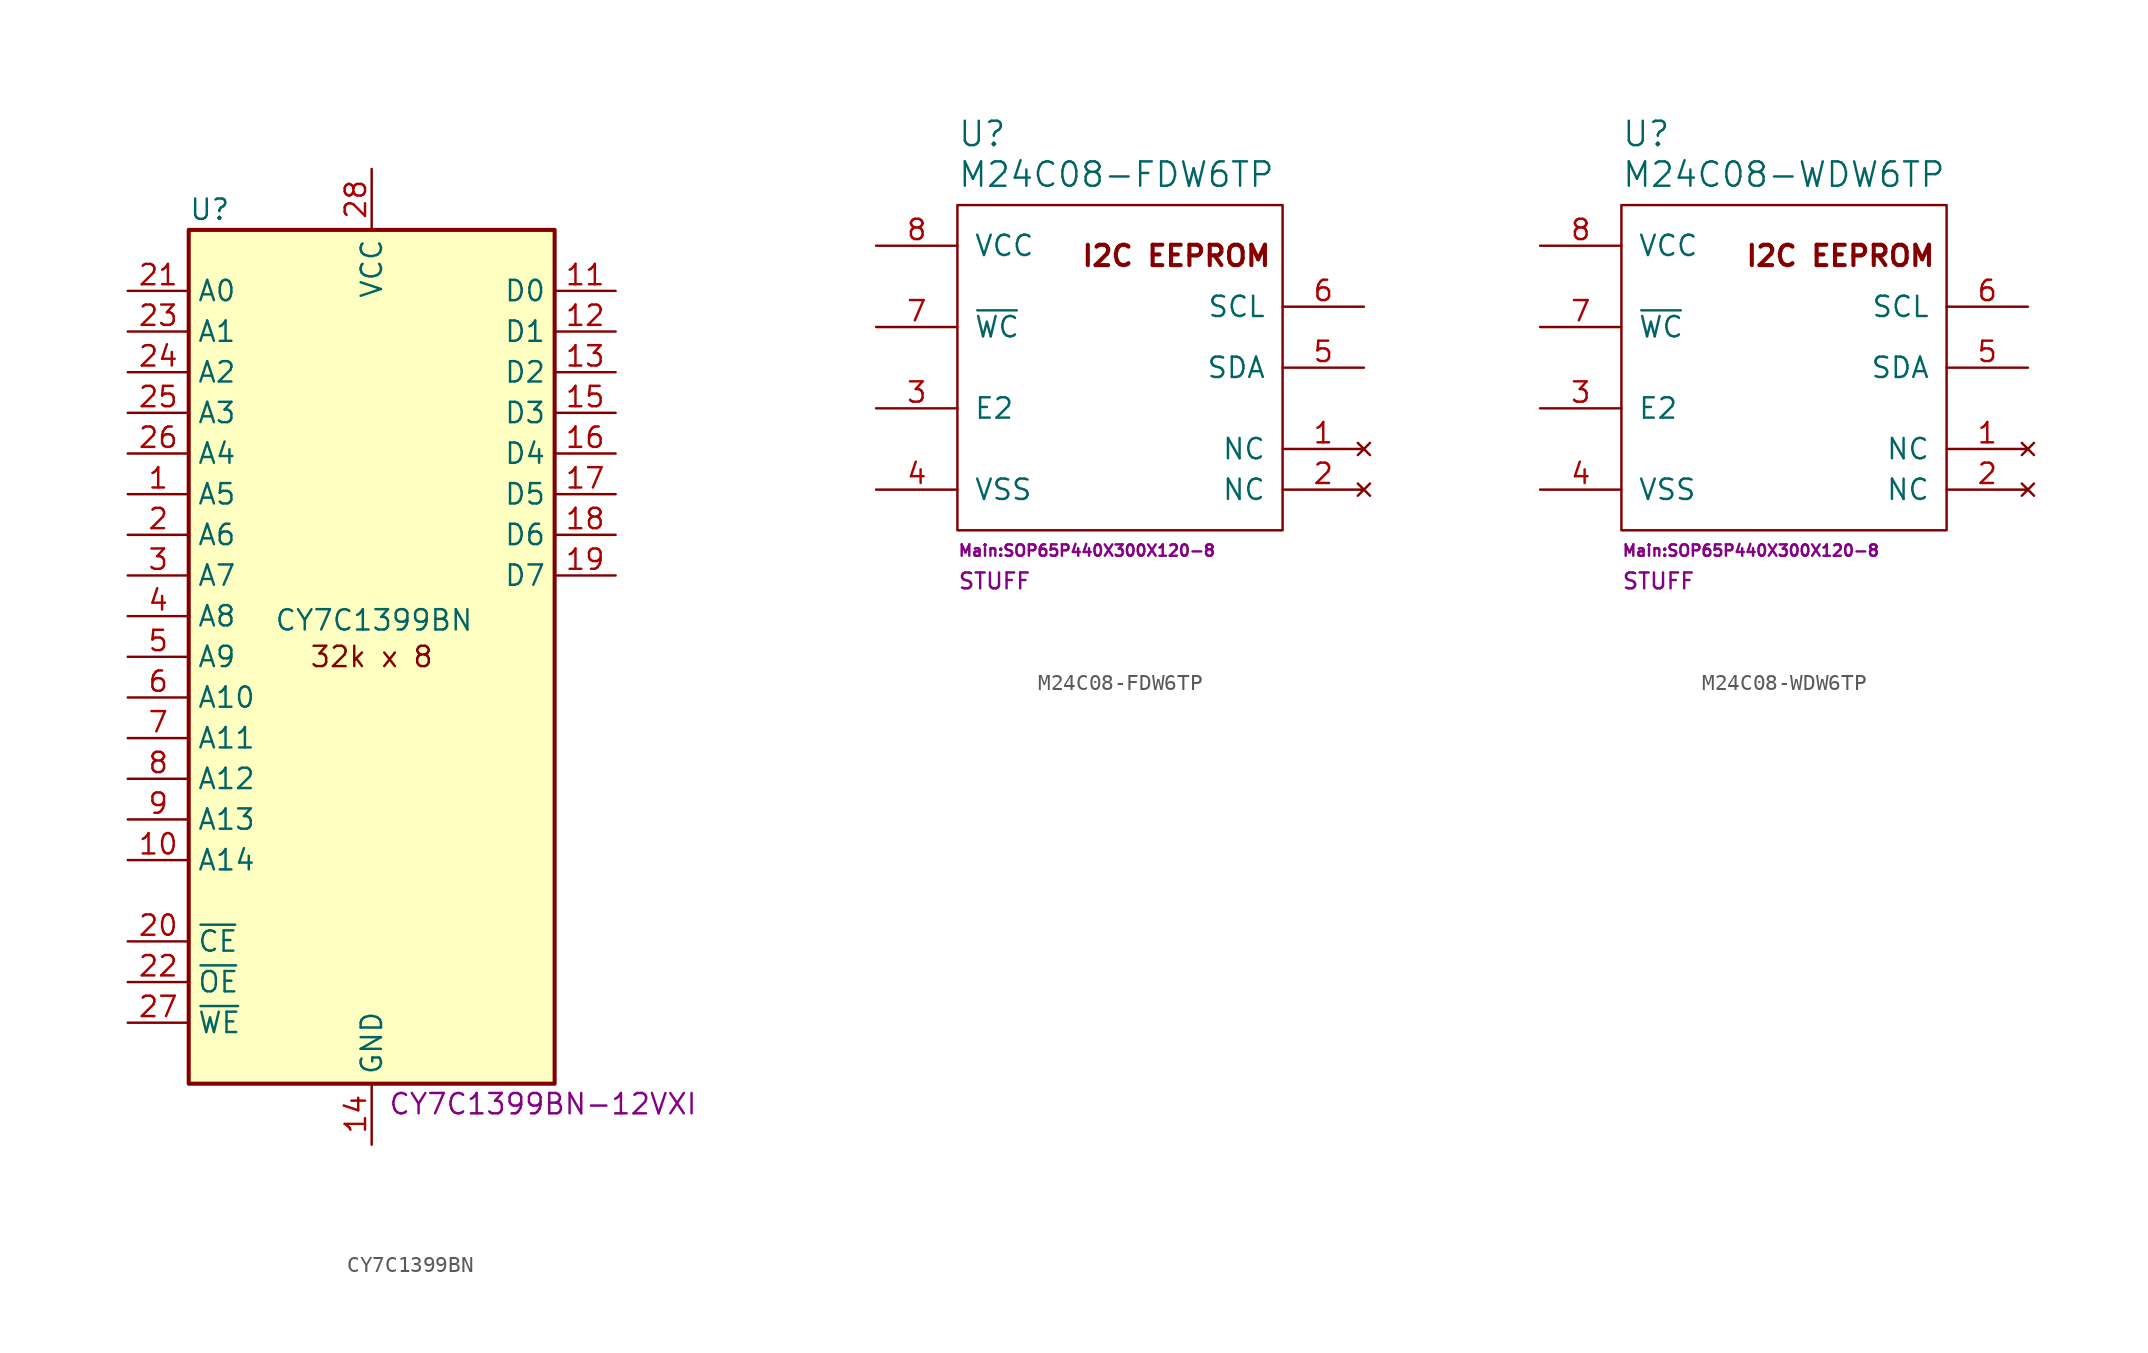
<source format=kicad_sym>
(kicad_symbol_lib
  (version 20231120)
  (generator "kicad_symbol_editor")
  (generator_version "8.0")
  (symbol "CY7C1399BN"
    (property "Reference" "U"
      (at -11.43 27.94 0)
      (effects (font (size 1.27 1.27)) (justify left)))
    (property "Value" "CY7C1399BN"
      (at -6.096 2.286 0)
      (effects (font (size 1.27 1.27)) (justify left)))
    (property "MPN" "CY7C1399BN-12VXI"
      (at 1.016 -27.94 0)
      (effects (font (size 1.27 1.27)) (justify left)))
    (symbol "CY7C1399BN_0_0"
      (pin power_in line (at 0 -30.48 90) (length 3.81) (name "GND" (effects (font (size 1.27 1.27)))) (number "14" (effects (font (size 1.27 1.27)))))
      (pin power_in line (at 0 30.48 270) (length 3.81) (name "VCC" (effects (font (size 1.27 1.27)))) (number "28" (effects (font (size 1.27 1.27))))))
    (symbol "CY7C1399BN_0_1"
      (rectangle (start -11.43 26.67) (end 11.43 -26.67) (stroke (width 0.254) (type default)) (fill (type background))))
    (symbol "CY7C1399BN_1_1"
      (text "32k x 8" (at 0 0 0) (effects (font (size 1.27 1.27))))
      (pin input line (at -15.24 10.16 0) (length 3.81) (name "A5" (effects (font (size 1.27 1.27)))) (number "1" (effects (font (size 1.27 1.27)))))
      (pin input line (at -15.24 -12.7 0) (length 3.81) (name "A14" (effects (font (size 1.27 1.27)))) (number "10" (effects (font (size 1.27 1.27)))))
      (pin tri_state line (at 15.24 22.86 180) (length 3.81) (name "D0" (effects (font (size 1.27 1.27)))) (number "11" (effects (font (size 1.27 1.27)))))
      (pin tri_state line (at 15.24 20.32 180) (length 3.81) (name "D1" (effects (font (size 1.27 1.27)))) (number "12" (effects (font (size 1.27 1.27)))))
      (pin tri_state line (at 15.24 17.78 180) (length 3.81) (name "D2" (effects (font (size 1.27 1.27)))) (number "13" (effects (font (size 1.27 1.27)))))
      (pin tri_state line (at 15.24 15.24 180) (length 3.81) (name "D3" (effects (font (size 1.27 1.27)))) (number "15" (effects (font (size 1.27 1.27)))))
      (pin tri_state line (at 15.24 12.7 180) (length 3.81) (name "D4" (effects (font (size 1.27 1.27)))) (number "16" (effects (font (size 1.27 1.27)))))
      (pin tri_state line (at 15.24 10.16 180) (length 3.81) (name "D5" (effects (font (size 1.27 1.27)))) (number "17" (effects (font (size 1.27 1.27)))))
      (pin tri_state line (at 15.24 7.62 180) (length 3.81) (name "D6" (effects (font (size 1.27 1.27)))) (number "18" (effects (font (size 1.27 1.27)))))
      (pin tri_state line (at 15.24 5.08 180) (length 3.81) (name "D7" (effects (font (size 1.27 1.27)))) (number "19" (effects (font (size 1.27 1.27)))))
      (pin input line (at -15.24 7.62 0) (length 3.81) (name "A6" (effects (font (size 1.27 1.27)))) (number "2" (effects (font (size 1.27 1.27)))))
      (pin input line (at -15.24 -17.78 0) (length 3.81) (name "~{CE}" (effects (font (size 1.27 1.27)))) (number "20" (effects (font (size 1.27 1.27)))))
      (pin input line (at -15.24 22.86 0) (length 3.81) (name "A0" (effects (font (size 1.27 1.27)))) (number "21" (effects (font (size 1.27 1.27)))))
      (pin input line (at -15.24 -20.32 0) (length 3.81) (name "~{OE}" (effects (font (size 1.27 1.27)))) (number "22" (effects (font (size 1.27 1.27)))))
      (pin input line (at -15.24 20.32 0) (length 3.81) (name "A1" (effects (font (size 1.27 1.27)))) (number "23" (effects (font (size 1.27 1.27)))))
      (pin input line (at -15.24 17.78 0) (length 3.81) (name "A2" (effects (font (size 1.27 1.27)))) (number "24" (effects (font (size 1.27 1.27)))))
      (pin input line (at -15.24 15.24 0) (length 3.81) (name "A3" (effects (font (size 1.27 1.27)))) (number "25" (effects (font (size 1.27 1.27)))))
      (pin input line (at -15.24 12.7 0) (length 3.81) (name "A4" (effects (font (size 1.27 1.27)))) (number "26" (effects (font (size 1.27 1.27)))))
      (pin input line (at -15.24 -22.86 0) (length 3.81) (name "~{WE}" (effects (font (size 1.27 1.27)))) (number "27" (effects (font (size 1.27 1.27)))))
      (pin input line (at -15.24 5.08 0) (length 3.81) (name "A7" (effects (font (size 1.27 1.27)))) (number "3" (effects (font (size 1.27 1.27)))))
      (pin input line (at -15.24 2.54 0) (length 3.81) (name "A8" (effects (font (size 1.27 1.27)))) (number "4" (effects (font (size 1.27 1.27)))))
      (pin input line (at -15.24 0 0) (length 3.81) (name "A9" (effects (font (size 1.27 1.27)))) (number "5" (effects (font (size 1.27 1.27)))))
      (pin input line (at -15.24 -2.54 0) (length 3.81) (name "A10" (effects (font (size 1.27 1.27)))) (number "6" (effects (font (size 1.27 1.27)))))
      (pin input line (at -15.24 -5.08 0) (length 3.81) (name "A11" (effects (font (size 1.27 1.27)))) (number "7" (effects (font (size 1.27 1.27)))))
      (pin input line (at -15.24 -7.62 0) (length 3.81) (name "A12" (effects (font (size 1.27 1.27)))) (number "8" (effects (font (size 1.27 1.27)))))
      (pin input line (at -15.24 -10.16 0) (length 3.81) (name "A13" (effects (font (size 1.27 1.27)))) (number "9" (effects (font (size 1.27 1.27)))))))
  (symbol "M24C08-FDW6TP"
    (pin_names
      (offset 1.016))
    (property "Reference" "U"
      (at -10.16 14.605 0)
      (effects (font (size 1.524 1.524)) (justify left)))
    (property "Value" "M24C08-FDW6TP"
      (at -10.16 12.065 0)
      (effects (font (size 1.524 1.524)) (justify left)))
    (property "Footprint" "Main:SOP65P440X300X120-8"
      (at -10.16 -11.43 0)
      (effects (font (size 0.711 0.711)) (justify left)))
    (property "Datasheet" ""
      (at 0 -15.24 0)
      (effects (font (size 1.524 1.524))))
    (property "SKU" "STUFF"
      (at -10.16 -13.335 0)
      (effects (font (size 0.991 0.991)) (justify left)))
    (symbol "M24C08-FDW6TP_0_0"
      (text "I2C EEPROM" (at 9.525 6.985 0) (effects (font (size 1.27 1.27) (bold yes)) (justify right))))
    (symbol "M24C08-FDW6TP_0_1"
      (rectangle (start -10.16 10.16) (end 10.16 -10.16) (stroke (width 0) (type default)) (fill (type none))))
    (symbol "M24C08-FDW6TP_1_1"
      (pin no_connect line (at 15.24 -5.08 180) (length 5.08) (name "NC" (effects (font (size 1.27 1.27)))) (number "1" (effects (font (size 1.27 1.27)))))
      (pin no_connect line (at 15.24 -7.62 180) (length 5.08) (name "NC" (effects (font (size 1.27 1.27)))) (number "2" (effects (font (size 1.27 1.27)))))
      (pin input line (at -15.24 -2.54 0) (length 5.08) (name "E2" (effects (font (size 1.27 1.27)))) (number "3" (effects (font (size 1.27 1.27)))))
      (pin power_in line (at -15.24 -7.62 0) (length 5.08) (name "VSS" (effects (font (size 1.27 1.27)))) (number "4" (effects (font (size 1.27 1.27)))))
      (pin bidirectional line (at 15.24 0 180) (length 5.08) (name "SDA" (effects (font (size 1.27 1.27)))) (number "5" (effects (font (size 1.27 1.27)))))
      (pin bidirectional line (at 15.24 3.81 180) (length 5.08) (name "SCL" (effects (font (size 1.27 1.27)))) (number "6" (effects (font (size 1.27 1.27)))))
      (pin input line (at -15.24 2.54 0) (length 5.08) (name "~{WC}" (effects (font (size 1.27 1.27)))) (number "7" (effects (font (size 1.27 1.27)))))
      (pin power_in line (at -15.24 7.62 0) (length 5.08) (name "VCC" (effects (font (size 1.27 1.27)))) (number "8" (effects (font (size 1.27 1.27)))))))
  (symbol "M24C08-WDW6TP"
    (pin_names
      (offset 1.016))
    (property "Reference" "U"
      (at -10.16 14.605 0)
      (effects (font (size 1.524 1.524)) (justify left)))
    (property "Value" "M24C08-WDW6TP"
      (at -10.16 12.065 0)
      (effects (font (size 1.524 1.524)) (justify left)))
    (property "Footprint" "Main:SOP65P440X300X120-8"
      (at -10.16 -11.43 0)
      (effects (font (size 0.711 0.711)) (justify left)))
    (property "Datasheet" ""
      (at 0 -15.24 0)
      (effects (font (size 1.524 1.524))))
    (property "SKU" "STUFF"
      (at -10.16 -13.335 0)
      (effects (font (size 0.991 0.991)) (justify left)))
    (symbol "M24C08-WDW6TP_0_0"
      (text "I2C EEPROM" (at 9.525 6.985 0) (effects (font (size 1.27 1.27) (bold yes)) (justify right))))
    (symbol "M24C08-WDW6TP_0_1"
      (rectangle (start -10.16 10.16) (end 10.16 -10.16) (stroke (width 0) (type default)) (fill (type none))))
    (symbol "M24C08-WDW6TP_1_1"
      (pin no_connect line (at 15.24 -5.08 180) (length 5.08) (name "NC" (effects (font (size 1.27 1.27)))) (number "1" (effects (font (size 1.27 1.27)))))
      (pin no_connect line (at 15.24 -7.62 180) (length 5.08) (name "NC" (effects (font (size 1.27 1.27)))) (number "2" (effects (font (size 1.27 1.27)))))
      (pin input line (at -15.24 -2.54 0) (length 5.08) (name "E2" (effects (font (size 1.27 1.27)))) (number "3" (effects (font (size 1.27 1.27)))))
      (pin power_in line (at -15.24 -7.62 0) (length 5.08) (name "VSS" (effects (font (size 1.27 1.27)))) (number "4" (effects (font (size 1.27 1.27)))))
      (pin bidirectional line (at 15.24 0 180) (length 5.08) (name "SDA" (effects (font (size 1.27 1.27)))) (number "5" (effects (font (size 1.27 1.27)))))
      (pin bidirectional line (at 15.24 3.81 180) (length 5.08) (name "SCL" (effects (font (size 1.27 1.27)))) (number "6" (effects (font (size 1.27 1.27)))))
      (pin input line (at -15.24 2.54 0) (length 5.08) (name "~{WC}" (effects (font (size 1.27 1.27)))) (number "7" (effects (font (size 1.27 1.27)))))
      (pin power_in line (at -15.24 7.62 0) (length 5.08) (name "VCC" (effects (font (size 1.27 1.27)))) (number "8" (effects (font (size 1.27 1.27))))))))
</source>
